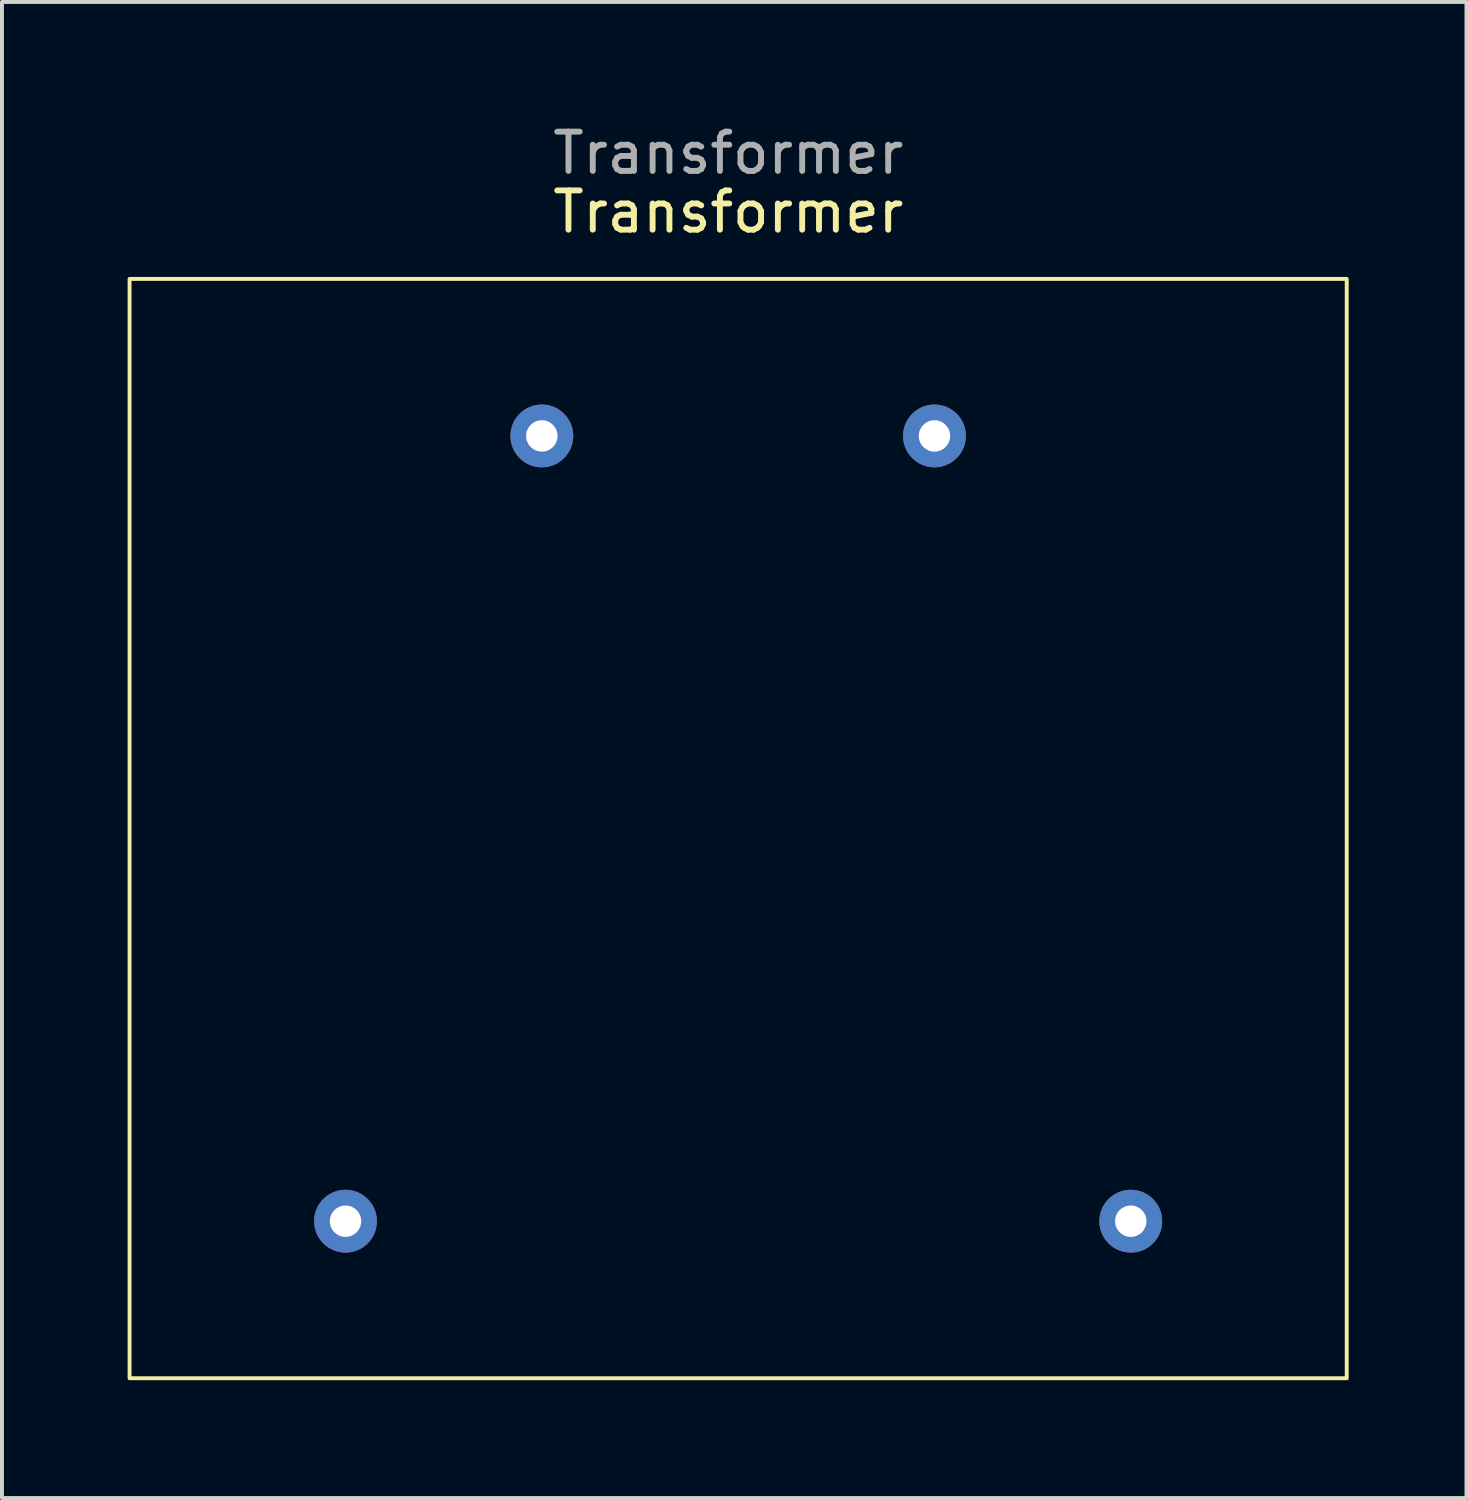
<source format=kicad_pcb>
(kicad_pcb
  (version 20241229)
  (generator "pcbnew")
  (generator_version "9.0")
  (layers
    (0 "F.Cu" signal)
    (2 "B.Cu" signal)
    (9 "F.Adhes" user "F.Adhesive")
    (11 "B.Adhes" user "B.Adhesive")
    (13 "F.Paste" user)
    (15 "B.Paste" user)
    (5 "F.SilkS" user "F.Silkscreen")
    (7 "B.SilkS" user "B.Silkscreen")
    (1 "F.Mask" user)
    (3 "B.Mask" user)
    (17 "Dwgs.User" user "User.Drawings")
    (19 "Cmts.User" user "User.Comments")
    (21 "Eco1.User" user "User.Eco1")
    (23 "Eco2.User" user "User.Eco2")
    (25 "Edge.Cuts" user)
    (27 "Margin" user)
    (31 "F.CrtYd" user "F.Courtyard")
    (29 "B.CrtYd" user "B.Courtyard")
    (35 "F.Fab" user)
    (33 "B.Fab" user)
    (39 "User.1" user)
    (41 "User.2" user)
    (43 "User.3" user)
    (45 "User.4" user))
  (footprint "Transformer"
    (layer "F.Cu")
    (at 0.25 4.053)
    (property "Reference" "Transformer" (at 15.25 -1.708 0) (unlocked yes) (layer "F.SilkS") (effects (font (size 1 1) (thickness 0.15))))
    (attr through_hole)
    (fp_rect (start 0 0) (end 31 28) (stroke (width 0.1) (type default)) (fill no) (layer "F.SilkS"))
    (fp_text user "${REFERENCE}" (at 15.25 -3.205 0) (unlocked yes) (layer "F.Fab") (effects (font (size 1 1) (thickness 0.15))))
    (pad "1" thru_hole circle (at 5.5 24) (size 1.6 1.6) (drill 0.8) (layers "*.Cu" "*.Mask"))
    (pad "2" thru_hole circle (at 25.5 24) (size 1.6 1.6) (drill 0.8) (layers "*.Cu" "*.Mask"))
    (pad "3" thru_hole circle (at 20.5 4) (size 1.6 1.6) (drill 0.8) (layers "*.Cu" "*.Mask"))
    (pad "4" thru_hole circle (at 10.5 4) (size 1.6 1.6) (drill 0.8) (layers "*.Cu" "*.Mask")))
  (gr_rect
    (start -3 -3)
    (end 34.3 35.103)
    (stroke (width 0.1) (type default))
    (fill no)
    (layer "Edge.Cuts")))
</source>
